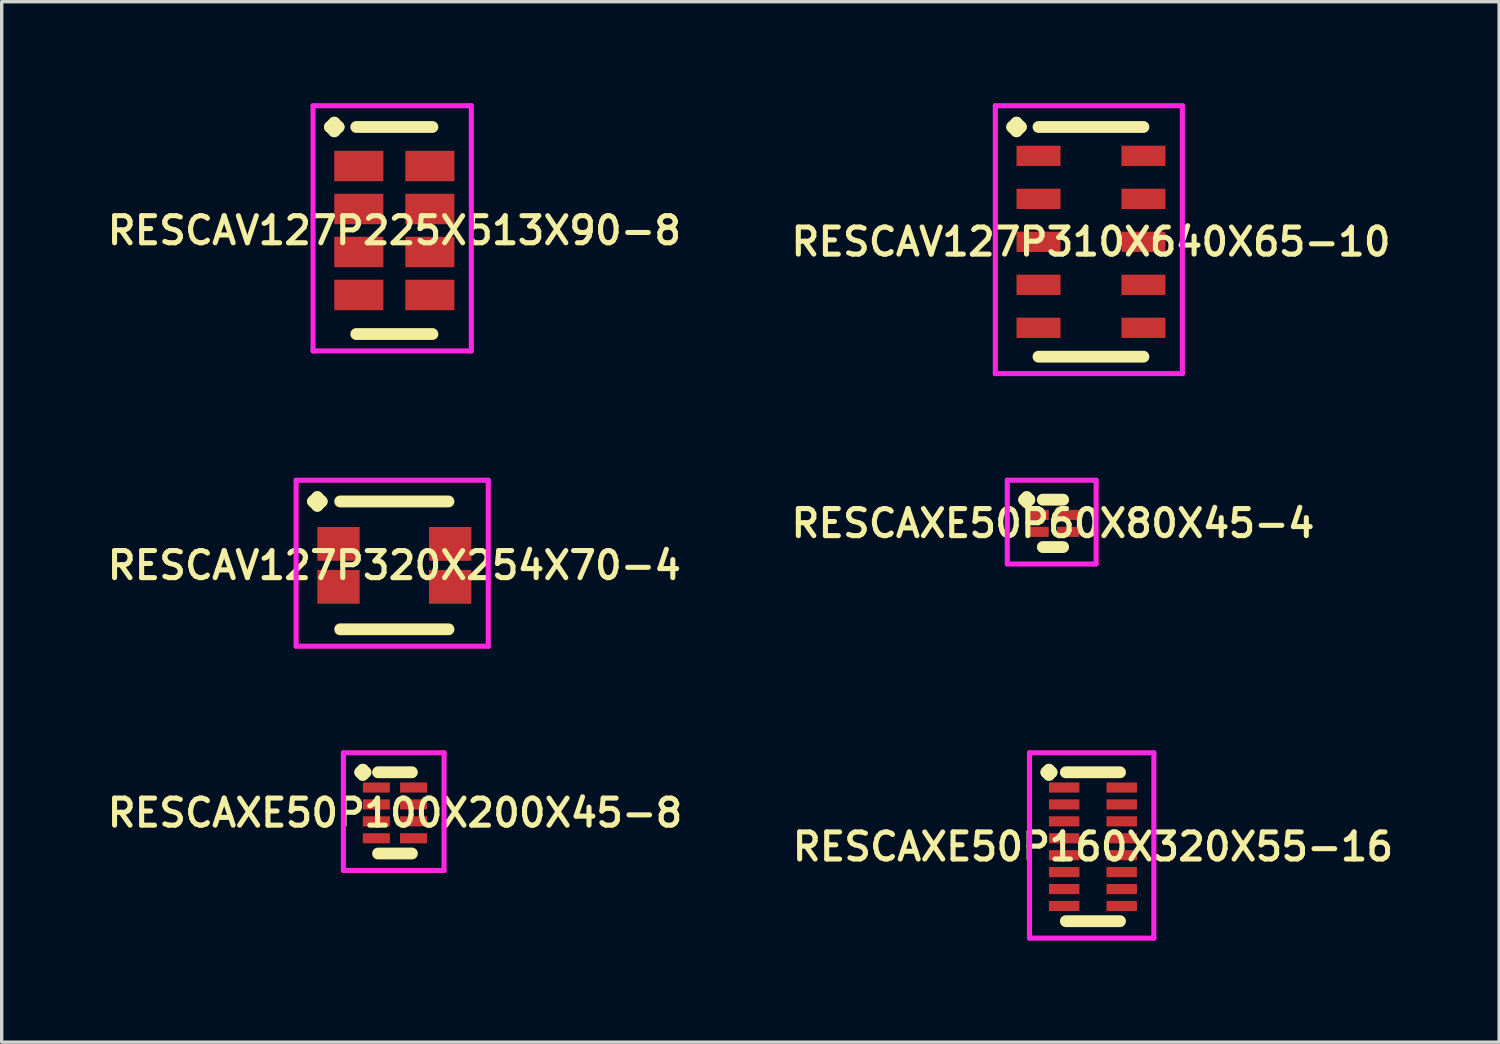
<source format=kicad_pcb>
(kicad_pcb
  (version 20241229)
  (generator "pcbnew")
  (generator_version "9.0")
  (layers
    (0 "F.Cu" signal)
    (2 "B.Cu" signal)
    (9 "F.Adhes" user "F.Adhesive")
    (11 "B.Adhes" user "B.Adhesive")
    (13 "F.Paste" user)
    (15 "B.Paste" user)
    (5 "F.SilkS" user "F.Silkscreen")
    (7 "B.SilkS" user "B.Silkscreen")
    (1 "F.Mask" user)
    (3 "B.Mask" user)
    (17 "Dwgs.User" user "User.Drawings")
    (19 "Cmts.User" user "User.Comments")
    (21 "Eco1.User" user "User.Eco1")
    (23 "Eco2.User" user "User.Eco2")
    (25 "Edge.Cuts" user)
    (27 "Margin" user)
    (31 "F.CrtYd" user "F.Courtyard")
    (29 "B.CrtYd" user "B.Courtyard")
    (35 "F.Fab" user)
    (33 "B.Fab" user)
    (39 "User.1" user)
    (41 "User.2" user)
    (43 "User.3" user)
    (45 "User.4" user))
  (footprint "RESCAV127P320X254X70-4"
    (layer "F.Cu")
    (at 8.602 13.656)
    (property "Reference" "RESCAV127P320X254X70-4" (at 0 0 0) (layer "F.SilkS") (effects (font (size 0.8 0.8) (thickness 0.15))))
    (attr smd)
    (fp_line (start -2.402 -1.889) (end -2.275 -2.016) (stroke (width 0.35) (type solid)) (layer "F.SilkS"))
    (fp_line (start -2.275 -2.016) (end -2.148 -1.889) (stroke (width 0.35) (type solid)) (layer "F.SilkS"))
    (fp_line (start -2.275 -1.762) (end -2.402 -1.889) (stroke (width 0.35) (type solid)) (layer "F.SilkS"))
    (fp_line (start -2.148 -1.889) (end -2.275 -1.762) (stroke (width 0.35) (type solid)) (layer "F.SilkS"))
    (fp_line (start -1.6 -1.889) (end 1.6 -1.889) (stroke (width 0.35) (type solid)) (layer "F.SilkS"))
    (fp_line (start -1.6 1.889) (end 1.6 1.889) (stroke (width 0.35) (type solid)) (layer "F.SilkS"))
    (fp_line (start -2.902 -2.516) (end 2.775 -2.516) (stroke (width 0.15) (type solid)) (layer "F.CrtYd"))
    (fp_line (start -2.902 2.389) (end -2.902 -2.516) (stroke (width 0.15) (type solid)) (layer "F.CrtYd"))
    (fp_line (start 2.775 -2.516) (end 2.775 2.389) (stroke (width 0.15) (type solid)) (layer "F.CrtYd"))
    (fp_line (start 2.775 2.389) (end -2.902 2.389) (stroke (width 0.15) (type solid)) (layer "F.CrtYd"))
    (pad "1" smd rect (at -1.65 -0.635) (size 1.25 1) (layers "F.Cu" "F.Mask" "F.Paste"))
    (pad "2" smd rect (at -1.65 0.635) (size 1.25 1) (layers "F.Cu" "F.Mask" "F.Paste"))
    (pad "3" smd rect (at 1.65 0.635) (size 1.25 1) (layers "F.Cu" "F.Mask" "F.Paste"))
    (pad "4" smd rect (at 1.65 -0.635) (size 1.25 1) (layers "F.Cu" "F.Mask" "F.Paste")))
  (footprint "RESCAV127P225X513X90-8"
    (layer "F.Cu")
    (at 8.602 3.761)
    (property "Reference" "RESCAV127P225X513X90-8" (at 0 0 0) (layer "F.SilkS") (effects (font (size 0.8 0.8) (thickness 0.15))))
    (attr smd)
    (fp_line (start -1.902 -3.059) (end -1.775 -3.186) (stroke (width 0.35) (type solid)) (layer "F.SilkS"))
    (fp_line (start -1.775 -3.186) (end -1.648 -3.059) (stroke (width 0.35) (type solid)) (layer "F.SilkS"))
    (fp_line (start -1.775 -2.932) (end -1.902 -3.059) (stroke (width 0.35) (type solid)) (layer "F.SilkS"))
    (fp_line (start -1.648 -3.059) (end -1.775 -2.932) (stroke (width 0.35) (type solid)) (layer "F.SilkS"))
    (fp_line (start -1.125 -3.059) (end 1.125 -3.059) (stroke (width 0.35) (type solid)) (layer "F.SilkS"))
    (fp_line (start -1.125 3.059) (end 1.125 3.059) (stroke (width 0.35) (type solid)) (layer "F.SilkS"))
    (fp_line (start -2.402 -3.686) (end 2.275 -3.686) (stroke (width 0.15) (type solid)) (layer "F.CrtYd"))
    (fp_line (start -2.402 3.559) (end -2.402 -3.686) (stroke (width 0.15) (type solid)) (layer "F.CrtYd"))
    (fp_line (start 2.275 -3.686) (end 2.275 3.559) (stroke (width 0.15) (type solid)) (layer "F.CrtYd"))
    (fp_line (start 2.275 3.559) (end -2.402 3.559) (stroke (width 0.15) (type solid)) (layer "F.CrtYd"))
    (pad "1" smd rect (at -1.05 -1.905) (size 1.45 0.9) (layers "F.Cu" "F.Mask" "F.Paste"))
    (pad "2" smd rect (at -1.05 -0.635) (size 1.45 0.9) (layers "F.Cu" "F.Mask" "F.Paste"))
    (pad "3" smd rect (at -1.05 0.635) (size 1.45 0.9) (layers "F.Cu" "F.Mask" "F.Paste"))
    (pad "4" smd rect (at -1.05 1.905) (size 1.45 0.9) (layers "F.Cu" "F.Mask" "F.Paste"))
    (pad "5" smd rect (at 1.05 1.905) (size 1.45 0.9) (layers "F.Cu" "F.Mask" "F.Paste"))
    (pad "6" smd rect (at 1.05 0.635) (size 1.45 0.9) (layers "F.Cu" "F.Mask" "F.Paste"))
    (pad "7" smd rect (at 1.05 -0.635) (size 1.45 0.9) (layers "F.Cu" "F.Mask" "F.Paste"))
    (pad "8" smd rect (at 1.05 -1.905) (size 1.45 0.9) (layers "F.Cu" "F.Mask" "F.Paste")))
  (footprint "RESCAXE50P100X200X45-8"
    (layer "F.Cu")
    (at 8.621 20.97)
    (property "Reference" "RESCAXE50P100X200X45-8" (at 0 0 0) (layer "F.SilkS") (effects (font (size 0.8 0.8) (thickness 0.15))))
    (attr smd)
    (fp_line (start -1.025 -1.2) (end -0.95 -1.275) (stroke (width 0.35) (type solid)) (layer "F.SilkS"))
    (fp_line (start -0.95 -1.275) (end -0.875 -1.2) (stroke (width 0.35) (type solid)) (layer "F.SilkS"))
    (fp_line (start -0.95 -1.125) (end -1.025 -1.2) (stroke (width 0.35) (type solid)) (layer "F.SilkS"))
    (fp_line (start -0.875 -1.2) (end -0.95 -1.125) (stroke (width 0.35) (type solid)) (layer "F.SilkS"))
    (fp_line (start -0.5 -1.2) (end 0.5 -1.2) (stroke (width 0.35) (type solid)) (layer "F.SilkS"))
    (fp_line (start -0.5 1.2) (end 0.5 1.2) (stroke (width 0.35) (type solid)) (layer "F.SilkS"))
    (fp_line (start -1.525 -1.775) (end 1.45 -1.775) (stroke (width 0.15) (type solid)) (layer "F.CrtYd"))
    (fp_line (start -1.525 1.7) (end -1.525 -1.775) (stroke (width 0.15) (type solid)) (layer "F.CrtYd"))
    (fp_line (start 1.45 -1.775) (end 1.45 1.7) (stroke (width 0.15) (type solid)) (layer "F.CrtYd"))
    (fp_line (start 1.45 1.7) (end -1.525 1.7) (stroke (width 0.15) (type solid)) (layer "F.CrtYd"))
    (pad "1" smd rect (at -0.55 -0.75) (size 0.8 0.3) (layers "F.Cu" "F.Mask" "F.Paste"))
    (pad "2" smd rect (at -0.55 -0.25) (size 0.8 0.3) (layers "F.Cu" "F.Mask" "F.Paste"))
    (pad "3" smd rect (at -0.55 0.25) (size 0.8 0.3) (layers "F.Cu" "F.Mask" "F.Paste"))
    (pad "4" smd rect (at -0.55 0.75) (size 0.8 0.3) (layers "F.Cu" "F.Mask" "F.Paste"))
    (pad "5" smd rect (at 0.55 0.75) (size 0.8 0.3) (layers "F.Cu" "F.Mask" "F.Paste"))
    (pad "6" smd rect (at 0.55 0.25) (size 0.8 0.3) (layers "F.Cu" "F.Mask" "F.Paste"))
    (pad "7" smd rect (at 0.55 -0.25) (size 0.8 0.3) (layers "F.Cu" "F.Mask" "F.Paste"))
    (pad "8" smd rect (at 0.55 -0.75) (size 0.8 0.3) (layers "F.Cu" "F.Mask" "F.Paste")))
  (footprint "RESCAXE50P60X80X45-4"
    (layer "F.Cu")
    (at 28.064 12.415)
    (property "Reference" "RESCAXE50P60X80X45-4" (at 0 0 0) (layer "F.SilkS") (effects (font (size 0.8 0.8) (thickness 0.15))))
    (attr smd)
    (fp_line (start -0.85 -0.7) (end -0.775 -0.775) (stroke (width 0.35) (type solid)) (layer "F.SilkS"))
    (fp_line (start -0.775 -0.775) (end -0.7 -0.7) (stroke (width 0.35) (type solid)) (layer "F.SilkS"))
    (fp_line (start -0.775 -0.625) (end -0.85 -0.7) (stroke (width 0.35) (type solid)) (layer "F.SilkS"))
    (fp_line (start -0.7 -0.7) (end -0.775 -0.625) (stroke (width 0.35) (type solid)) (layer "F.SilkS"))
    (fp_line (start -0.3 -0.7) (end 0.3 -0.7) (stroke (width 0.35) (type solid)) (layer "F.SilkS"))
    (fp_line (start -0.3 0.7) (end 0.3 0.7) (stroke (width 0.35) (type solid)) (layer "F.SilkS"))
    (fp_line (start -1.35 -1.275) (end 1.275 -1.275) (stroke (width 0.15) (type solid)) (layer "F.CrtYd"))
    (fp_line (start -1.35 1.2) (end -1.35 -1.275) (stroke (width 0.15) (type solid)) (layer "F.CrtYd"))
    (fp_line (start 1.275 -1.275) (end 1.275 1.2) (stroke (width 0.15) (type solid)) (layer "F.CrtYd"))
    (fp_line (start 1.275 1.2) (end -1.35 1.2) (stroke (width 0.15) (type solid)) (layer "F.CrtYd"))
    (pad "1" smd rect (at -0.45 -0.25) (size 0.65 0.3) (layers "F.Cu" "F.Mask" "F.Paste"))
    (pad "2" smd rect (at -0.45 0.25) (size 0.65 0.3) (layers "F.Cu" "F.Mask" "F.Paste"))
    (pad "3" smd rect (at 0.45 0.25) (size 0.65 0.3) (layers "F.Cu" "F.Mask" "F.Paste"))
    (pad "4" smd rect (at 0.45 -0.25) (size 0.65 0.3) (layers "F.Cu" "F.Mask" "F.Paste")))
  (footprint "RESCAV127P310X640X65-10"
    (layer "F.Cu")
    (at 29.187 4.096)
    (property "Reference" "RESCAV127P310X640X65-10" (at 0 0 0) (layer "F.SilkS") (effects (font (size 0.8 0.8) (thickness 0.15))))
    (attr smd)
    (fp_line (start -2.327 -3.394) (end -2.2 -3.521) (stroke (width 0.35) (type solid)) (layer "F.SilkS"))
    (fp_line (start -2.2 -3.521) (end -2.073 -3.394) (stroke (width 0.35) (type solid)) (layer "F.SilkS"))
    (fp_line (start -2.2 -3.267) (end -2.327 -3.394) (stroke (width 0.35) (type solid)) (layer "F.SilkS"))
    (fp_line (start -2.073 -3.394) (end -2.2 -3.267) (stroke (width 0.35) (type solid)) (layer "F.SilkS"))
    (fp_line (start -1.55 -3.394) (end 1.55 -3.394) (stroke (width 0.35) (type solid)) (layer "F.SilkS"))
    (fp_line (start -1.55 3.394) (end 1.55 3.394) (stroke (width 0.35) (type solid)) (layer "F.SilkS"))
    (fp_line (start -2.827 -4.021) (end 2.7 -4.021) (stroke (width 0.15) (type solid)) (layer "F.CrtYd"))
    (fp_line (start -2.827 3.894) (end -2.827 -4.021) (stroke (width 0.15) (type solid)) (layer "F.CrtYd"))
    (fp_line (start 2.7 -4.021) (end 2.7 3.894) (stroke (width 0.15) (type solid)) (layer "F.CrtYd"))
    (fp_line (start 2.7 3.894) (end -2.827 3.894) (stroke (width 0.15) (type solid)) (layer "F.CrtYd"))
    (pad "1" smd rect (at -1.55 -2.54) (size 1.3 0.6) (layers "F.Cu" "F.Mask" "F.Paste"))
    (pad "2" smd rect (at -1.55 -1.27) (size 1.3 0.6) (layers "F.Cu" "F.Mask" "F.Paste"))
    (pad "3" smd rect (at -1.55 0) (size 1.3 0.6) (layers "F.Cu" "F.Mask" "F.Paste"))
    (pad "4" smd rect (at -1.55 1.27) (size 1.3 0.6) (layers "F.Cu" "F.Mask" "F.Paste"))
    (pad "5" smd rect (at -1.55 2.54) (size 1.3 0.6) (layers "F.Cu" "F.Mask" "F.Paste"))
    (pad "6" smd rect (at 1.55 2.54) (size 1.3 0.6) (layers "F.Cu" "F.Mask" "F.Paste"))
    (pad "7" smd rect (at 1.55 1.27) (size 1.3 0.6) (layers "F.Cu" "F.Mask" "F.Paste"))
    (pad "8" smd rect (at 1.55 0) (size 1.3 0.6) (layers "F.Cu" "F.Mask" "F.Paste"))
    (pad "9" smd rect (at 1.55 -1.27) (size 1.3 0.6) (layers "F.Cu" "F.Mask" "F.Paste"))
    (pad "10" smd rect (at 1.55 -2.54) (size 1.3 0.6) (layers "F.Cu" "F.Mask" "F.Paste")))
  (footprint "RESCAXE50P160X320X55-16"
    (layer "F.Cu")
    (at 29.245 21.97)
    (property "Reference" "RESCAXE50P160X320X55-16" (at 0 0 0) (layer "F.SilkS") (effects (font (size 0.8 0.8) (thickness 0.15))))
    (attr smd)
    (fp_line (start -1.375 -2.2) (end -1.3 -2.275) (stroke (width 0.35) (type solid)) (layer "F.SilkS"))
    (fp_line (start -1.3 -2.275) (end -1.225 -2.2) (stroke (width 0.35) (type solid)) (layer "F.SilkS"))
    (fp_line (start -1.3 -2.125) (end -1.375 -2.2) (stroke (width 0.35) (type solid)) (layer "F.SilkS"))
    (fp_line (start -1.225 -2.2) (end -1.3 -2.125) (stroke (width 0.35) (type solid)) (layer "F.SilkS"))
    (fp_line (start -0.8 -2.2) (end 0.8 -2.2) (stroke (width 0.35) (type solid)) (layer "F.SilkS"))
    (fp_line (start -0.8 2.2) (end 0.8 2.2) (stroke (width 0.35) (type solid)) (layer "F.SilkS"))
    (fp_line (start -1.875 -2.775) (end 1.8 -2.775) (stroke (width 0.15) (type solid)) (layer "F.CrtYd"))
    (fp_line (start -1.875 2.7) (end -1.875 -2.775) (stroke (width 0.15) (type solid)) (layer "F.CrtYd"))
    (fp_line (start 1.8 -2.775) (end 1.8 2.7) (stroke (width 0.15) (type solid)) (layer "F.CrtYd"))
    (fp_line (start 1.8 2.7) (end -1.875 2.7) (stroke (width 0.15) (type solid)) (layer "F.CrtYd"))
    (pad "1" smd rect (at -0.85 -1.75) (size 0.9 0.3) (layers "F.Cu" "F.Mask" "F.Paste"))
    (pad "2" smd rect (at -0.85 -1.25) (size 0.9 0.3) (layers "F.Cu" "F.Mask" "F.Paste"))
    (pad "3" smd rect (at -0.85 -0.75) (size 0.9 0.3) (layers "F.Cu" "F.Mask" "F.Paste"))
    (pad "4" smd rect (at -0.85 -0.25) (size 0.9 0.3) (layers "F.Cu" "F.Mask" "F.Paste"))
    (pad "5" smd rect (at -0.85 0.25) (size 0.9 0.3) (layers "F.Cu" "F.Mask" "F.Paste"))
    (pad "6" smd rect (at -0.85 0.75) (size 0.9 0.3) (layers "F.Cu" "F.Mask" "F.Paste"))
    (pad "7" smd rect (at -0.85 1.25) (size 0.9 0.3) (layers "F.Cu" "F.Mask" "F.Paste"))
    (pad "8" smd rect (at -0.85 1.75) (size 0.9 0.3) (layers "F.Cu" "F.Mask" "F.Paste"))
    (pad "9" smd rect (at 0.85 1.75) (size 0.9 0.3) (layers "F.Cu" "F.Mask" "F.Paste"))
    (pad "10" smd rect (at 0.85 1.25) (size 0.9 0.3) (layers "F.Cu" "F.Mask" "F.Paste"))
    (pad "11" smd rect (at 0.85 0.75) (size 0.9 0.3) (layers "F.Cu" "F.Mask" "F.Paste"))
    (pad "12" smd rect (at 0.85 0.25) (size 0.9 0.3) (layers "F.Cu" "F.Mask" "F.Paste"))
    (pad "13" smd rect (at 0.85 -0.25) (size 0.9 0.3) (layers "F.Cu" "F.Mask" "F.Paste"))
    (pad "14" smd rect (at 0.85 -0.75) (size 0.9 0.3) (layers "F.Cu" "F.Mask" "F.Paste"))
    (pad "15" smd rect (at 0.85 -1.25) (size 0.9 0.3) (layers "F.Cu" "F.Mask" "F.Paste"))
    (pad "16" smd rect (at 0.85 -1.75) (size 0.9 0.3) (layers "F.Cu" "F.Mask" "F.Paste")))
  (gr_rect
    (start -3 -3)
    (end 41.247 27.745)
    (stroke (width 0.1) (type default))
    (fill no)
    (layer "Edge.Cuts")))
</source>
